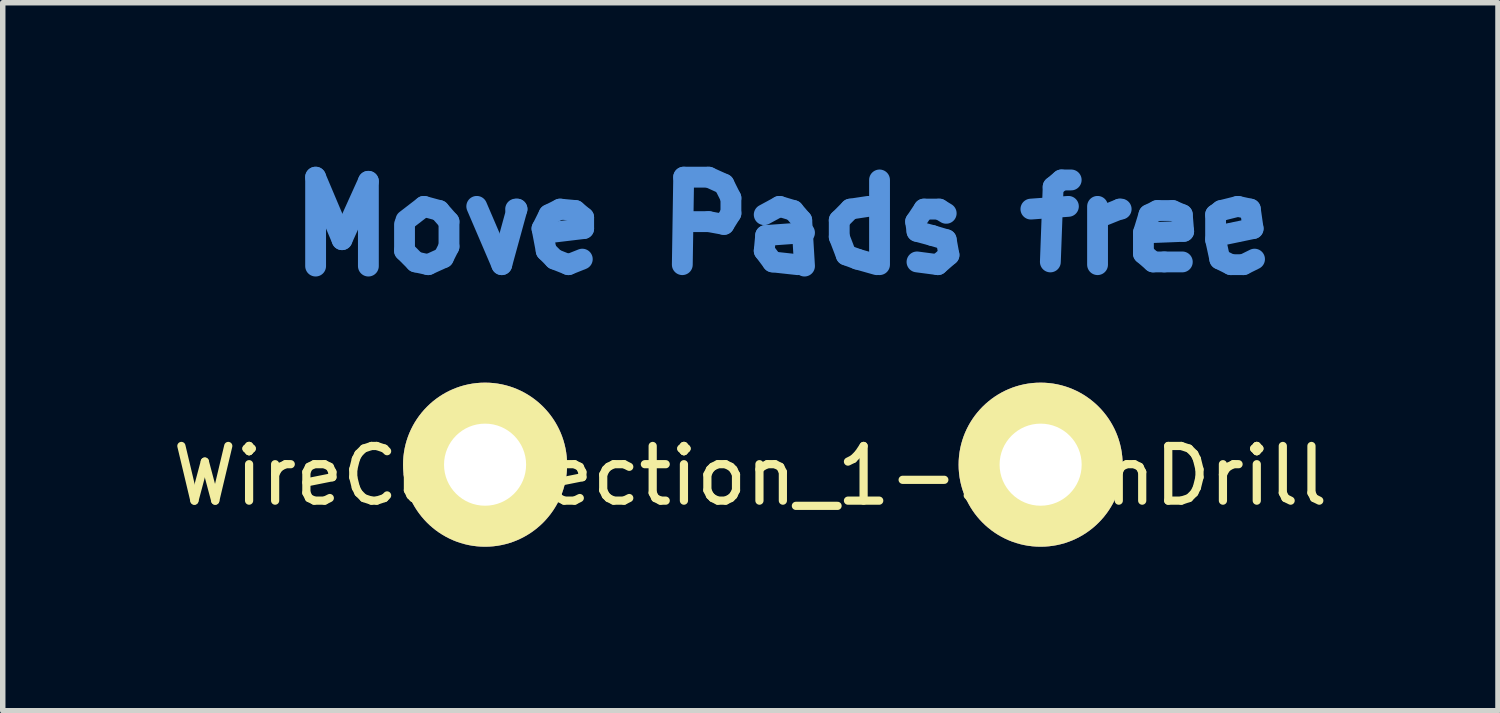
<source format=kicad_pcb>
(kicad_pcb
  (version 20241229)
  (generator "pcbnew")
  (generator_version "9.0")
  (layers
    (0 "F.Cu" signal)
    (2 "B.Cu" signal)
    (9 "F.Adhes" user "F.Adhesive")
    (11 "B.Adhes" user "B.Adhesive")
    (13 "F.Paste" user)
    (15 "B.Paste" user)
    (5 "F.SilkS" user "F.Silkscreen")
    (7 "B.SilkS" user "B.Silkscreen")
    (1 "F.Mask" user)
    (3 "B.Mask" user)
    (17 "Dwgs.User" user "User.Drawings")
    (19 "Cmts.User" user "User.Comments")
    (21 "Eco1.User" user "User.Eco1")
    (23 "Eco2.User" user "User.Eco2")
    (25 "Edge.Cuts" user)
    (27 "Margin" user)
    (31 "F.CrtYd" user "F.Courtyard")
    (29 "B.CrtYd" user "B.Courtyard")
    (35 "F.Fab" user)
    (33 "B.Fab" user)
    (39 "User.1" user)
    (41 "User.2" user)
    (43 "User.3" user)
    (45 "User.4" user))
  (footprint "WireConnection_1-5mmDrill"
    (layer "F.Cu")
    (at 10.901 5.448)
    (property "Reference" "WireConnection_1-5mmDrill" (at -0.229 0.203 0) (layer "F.SilkS") (effects (font (size 1 1) (thickness 0.15))))
    (attr through_hole)
    (fp_line (start -8.179 -5.258) (end -7.696 -4.115) (stroke (width 0.381) (type solid)) (layer "Cmts.User"))
    (fp_line (start -8.179 -3.632) (end -8.179 -5.258) (stroke (width 0.381) (type solid)) (layer "Cmts.User"))
    (fp_line (start -7.696 -4.115) (end -7.214 -5.182) (stroke (width 0.381) (type solid)) (layer "Cmts.User"))
    (fp_line (start -7.214 -5.182) (end -7.214 -3.632) (stroke (width 0.381) (type solid)) (layer "Cmts.User"))
    (fp_line (start -6.553 -4.394) (end -6.553 -3.912) (stroke (width 0.381) (type solid)) (layer "Cmts.User"))
    (fp_line (start -6.553 -3.912) (end -6.35 -3.708) (stroke (width 0.381) (type solid)) (layer "Cmts.User"))
    (fp_line (start -6.35 -3.708) (end -6.121 -3.658) (stroke (width 0.381) (type solid)) (layer "Cmts.User"))
    (fp_line (start -6.198 -4.724) (end -6.528 -4.47) (stroke (width 0.381) (type solid)) (layer "Cmts.User"))
    (fp_line (start -6.121 -3.658) (end -5.842 -3.785) (stroke (width 0.381) (type solid)) (layer "Cmts.User"))
    (fp_line (start -5.918 -4.648) (end -6.198 -4.724) (stroke (width 0.381) (type solid)) (layer "Cmts.User"))
    (fp_line (start -5.842 -3.785) (end -5.74 -3.988) (stroke (width 0.381) (type solid)) (layer "Cmts.User"))
    (fp_line (start -5.74 -4.445) (end -5.918 -4.648) (stroke (width 0.381) (type solid)) (layer "Cmts.User"))
    (fp_line (start -5.74 -3.988) (end -5.74 -4.445) (stroke (width 0.381) (type solid)) (layer "Cmts.User"))
    (fp_line (start -5.232 -4.724) (end -4.775 -3.658) (stroke (width 0.381) (type solid)) (layer "Cmts.User"))
    (fp_line (start -4.775 -3.658) (end -4.496 -4.674) (stroke (width 0.381) (type solid)) (layer "Cmts.User"))
    (fp_line (start -4.496 -4.674) (end -4.521 -4.674) (stroke (width 0.381) (type solid)) (layer "Cmts.User"))
    (fp_line (start -4.039 -4.318) (end -3.912 -4.572) (stroke (width 0.381) (type solid)) (layer "Cmts.User"))
    (fp_line (start -3.962 -3.912) (end -4.039 -4.318) (stroke (width 0.381) (type solid)) (layer "Cmts.User"))
    (fp_line (start -3.912 -4.572) (end -3.708 -4.674) (stroke (width 0.381) (type solid)) (layer "Cmts.User"))
    (fp_line (start -3.81 -3.759) (end -3.962 -3.912) (stroke (width 0.381) (type solid)) (layer "Cmts.User"))
    (fp_line (start -3.708 -4.674) (end -3.429 -4.648) (stroke (width 0.381) (type solid)) (layer "Cmts.User"))
    (fp_line (start -3.556 -3.658) (end -3.81 -3.759) (stroke (width 0.381) (type solid)) (layer "Cmts.User"))
    (fp_line (start -3.429 -4.648) (end -3.277 -4.521) (stroke (width 0.381) (type solid)) (layer "Cmts.User"))
    (fp_line (start -3.302 -3.759) (end -3.556 -3.658) (stroke (width 0.381) (type solid)) (layer "Cmts.User"))
    (fp_line (start -3.277 -4.521) (end -3.277 -4.318) (stroke (width 0.381) (type solid)) (layer "Cmts.User"))
    (fp_line (start -3.277 -4.318) (end -3.912 -4.242) (stroke (width 0.381) (type solid)) (layer "Cmts.User"))
    (fp_line (start -1.473 -3.658) (end -1.448 -5.258) (stroke (width 0.381) (type solid)) (layer "Cmts.User"))
    (fp_line (start -1.448 -5.258) (end -0.991 -5.258) (stroke (width 0.381) (type solid)) (layer "Cmts.User"))
    (fp_line (start -0.991 -5.258) (end -0.711 -5.131) (stroke (width 0.381) (type solid)) (layer "Cmts.User"))
    (fp_line (start -0.991 -4.445) (end -1.448 -4.445) (stroke (width 0.381) (type solid)) (layer "Cmts.User"))
    (fp_line (start -0.711 -5.131) (end -0.584 -4.877) (stroke (width 0.381) (type solid)) (layer "Cmts.User"))
    (fp_line (start -0.711 -4.394) (end -0.991 -4.445) (stroke (width 0.381) (type solid)) (layer "Cmts.User"))
    (fp_line (start -0.584 -4.877) (end -0.584 -4.597) (stroke (width 0.381) (type solid)) (layer "Cmts.User"))
    (fp_line (start -0.584 -4.597) (end -0.711 -4.394) (stroke (width 0.381) (type solid)) (layer "Cmts.User"))
    (fp_line (start 0.025 -4.572) (end 0.305 -4.724) (stroke (width 0.381) (type solid)) (layer "Cmts.User"))
    (fp_line (start 0.025 -3.912) (end 0.051 -4.191) (stroke (width 0.381) (type solid)) (layer "Cmts.User"))
    (fp_line (start 0.051 -4.191) (end 0.762 -4.242) (stroke (width 0.381) (type solid)) (layer "Cmts.User"))
    (fp_line (start 0.178 -3.708) (end 0.025 -3.912) (stroke (width 0.381) (type solid)) (layer "Cmts.User"))
    (fp_line (start 0.305 -4.724) (end 0.559 -4.648) (stroke (width 0.381) (type solid)) (layer "Cmts.User"))
    (fp_line (start 0.559 -4.648) (end 0.711 -4.47) (stroke (width 0.381) (type solid)) (layer "Cmts.User"))
    (fp_line (start 0.635 -3.658) (end 0.178 -3.708) (stroke (width 0.381) (type solid)) (layer "Cmts.User"))
    (fp_line (start 0.711 -4.47) (end 0.762 -3.632) (stroke (width 0.381) (type solid)) (layer "Cmts.User"))
    (fp_line (start 1.397 -4.47) (end 1.6 -4.674) (stroke (width 0.381) (type solid)) (layer "Cmts.User"))
    (fp_line (start 1.397 -4.166) (end 1.397 -4.47) (stroke (width 0.381) (type solid)) (layer "Cmts.User"))
    (fp_line (start 1.524 -3.835) (end 1.397 -4.166) (stroke (width 0.381) (type solid)) (layer "Cmts.User"))
    (fp_line (start 1.6 -4.674) (end 1.93 -4.724) (stroke (width 0.381) (type solid)) (layer "Cmts.User"))
    (fp_line (start 1.727 -3.759) (end 1.524 -3.835) (stroke (width 0.381) (type solid)) (layer "Cmts.User"))
    (fp_line (start 2.083 -3.658) (end 1.727 -3.759) (stroke (width 0.381) (type solid)) (layer "Cmts.User"))
    (fp_line (start 2.134 -5.207) (end 2.134 -3.658) (stroke (width 0.381) (type solid)) (layer "Cmts.User"))
    (fp_line (start 2.794 -4.445) (end 2.819 -4.267) (stroke (width 0.381) (type solid)) (layer "Cmts.User"))
    (fp_line (start 2.819 -4.267) (end 3.099 -4.191) (stroke (width 0.381) (type solid)) (layer "Cmts.User"))
    (fp_line (start 2.946 -4.674) (end 2.794 -4.445) (stroke (width 0.381) (type solid)) (layer "Cmts.User"))
    (fp_line (start 3.099 -4.191) (end 3.353 -4.115) (stroke (width 0.381) (type solid)) (layer "Cmts.User"))
    (fp_line (start 3.2 -3.658) (end 2.819 -3.708) (stroke (width 0.381) (type solid)) (layer "Cmts.User"))
    (fp_line (start 3.226 -4.674) (end 2.946 -4.674) (stroke (width 0.381) (type solid)) (layer "Cmts.User"))
    (fp_line (start 3.353 -4.597) (end 3.226 -4.674) (stroke (width 0.381) (type solid)) (layer "Cmts.User"))
    (fp_line (start 3.353 -4.115) (end 3.404 -3.835) (stroke (width 0.381) (type solid)) (layer "Cmts.User"))
    (fp_line (start 3.404 -3.835) (end 3.2 -3.658) (stroke (width 0.381) (type solid)) (layer "Cmts.User"))
    (fp_line (start 4.902 -4.674) (end 5.588 -4.724) (stroke (width 0.381) (type solid)) (layer "Cmts.User"))
    (fp_line (start 5.309 -5.08) (end 5.258 -3.708) (stroke (width 0.381) (type solid)) (layer "Cmts.User"))
    (fp_line (start 5.461 -5.207) (end 5.309 -5.08) (stroke (width 0.381) (type solid)) (layer "Cmts.User"))
    (fp_line (start 5.639 -5.207) (end 5.461 -5.207) (stroke (width 0.381) (type solid)) (layer "Cmts.User"))
    (fp_line (start 6.121 -4.724) (end 6.121 -3.658) (stroke (width 0.381) (type solid)) (layer "Cmts.User"))
    (fp_line (start 6.147 -4.521) (end 6.528 -4.674) (stroke (width 0.381) (type solid)) (layer "Cmts.User"))
    (fp_line (start 6.528 -4.674) (end 6.553 -4.674) (stroke (width 0.381) (type solid)) (layer "Cmts.User"))
    (fp_line (start 6.96 -4.242) (end 7.061 -4.572) (stroke (width 0.381) (type solid)) (layer "Cmts.User"))
    (fp_line (start 6.96 -3.861) (end 6.96 -4.242) (stroke (width 0.381) (type solid)) (layer "Cmts.User"))
    (fp_line (start 7.061 -4.572) (end 7.214 -4.648) (stroke (width 0.381) (type solid)) (layer "Cmts.User"))
    (fp_line (start 7.137 -3.708) (end 6.96 -3.861) (stroke (width 0.381) (type solid)) (layer "Cmts.User"))
    (fp_line (start 7.214 -4.648) (end 7.493 -4.648) (stroke (width 0.381) (type solid)) (layer "Cmts.User"))
    (fp_line (start 7.341 -3.708) (end 7.137 -3.708) (stroke (width 0.381) (type solid)) (layer "Cmts.User"))
    (fp_line (start 7.493 -4.648) (end 7.671 -4.572) (stroke (width 0.381) (type solid)) (layer "Cmts.User"))
    (fp_line (start 7.671 -4.572) (end 7.696 -4.267) (stroke (width 0.381) (type solid)) (layer "Cmts.User"))
    (fp_line (start 7.671 -3.708) (end 7.341 -3.708) (stroke (width 0.381) (type solid)) (layer "Cmts.User"))
    (fp_line (start 7.696 -4.267) (end 7.061 -4.242) (stroke (width 0.381) (type solid)) (layer "Cmts.User"))
    (fp_line (start 8.28 -4.572) (end 8.382 -4.648) (stroke (width 0.381) (type solid)) (layer "Cmts.User"))
    (fp_line (start 8.28 -4.115) (end 8.28 -4.572) (stroke (width 0.381) (type solid)) (layer "Cmts.User"))
    (fp_line (start 8.357 -4.191) (end 8.357 -4.242) (stroke (width 0.381) (type solid)) (layer "Cmts.User"))
    (fp_line (start 8.357 -3.759) (end 8.28 -4.115) (stroke (width 0.381) (type solid)) (layer "Cmts.User"))
    (fp_line (start 8.382 -4.648) (end 8.687 -4.724) (stroke (width 0.381) (type solid)) (layer "Cmts.User"))
    (fp_line (start 8.56 -3.658) (end 8.357 -3.759) (stroke (width 0.381) (type solid)) (layer "Cmts.User"))
    (fp_line (start 8.687 -4.724) (end 8.915 -4.674) (stroke (width 0.381) (type solid)) (layer "Cmts.User"))
    (fp_line (start 8.788 -3.658) (end 8.56 -3.658) (stroke (width 0.381) (type solid)) (layer "Cmts.User"))
    (fp_line (start 8.915 -4.674) (end 8.966 -4.318) (stroke (width 0.381) (type solid)) (layer "Cmts.User"))
    (fp_line (start 8.966 -4.318) (end 8.357 -4.191) (stroke (width 0.381) (type solid)) (layer "Cmts.User"))
    (fp_line (start 8.992 -3.759) (end 8.788 -3.658) (stroke (width 0.381) (type solid)) (layer "Cmts.User"))
    (pad "1" thru_hole circle (at -5.08 0) (size 3 3) (drill 1.501) (layers "*.Cu" "*.Mask" "F.SilkS"))
    (pad "2" thru_hole circle (at 5.08 0) (size 3 3) (drill 1.501) (layers "*.Cu" "*.Mask" "F.SilkS")))
  (gr_rect
    (start -3 -3)
    (end 24.345 9.948)
    (stroke (width 0.1) (type default))
    (fill no)
    (layer "Edge.Cuts")))
</source>
